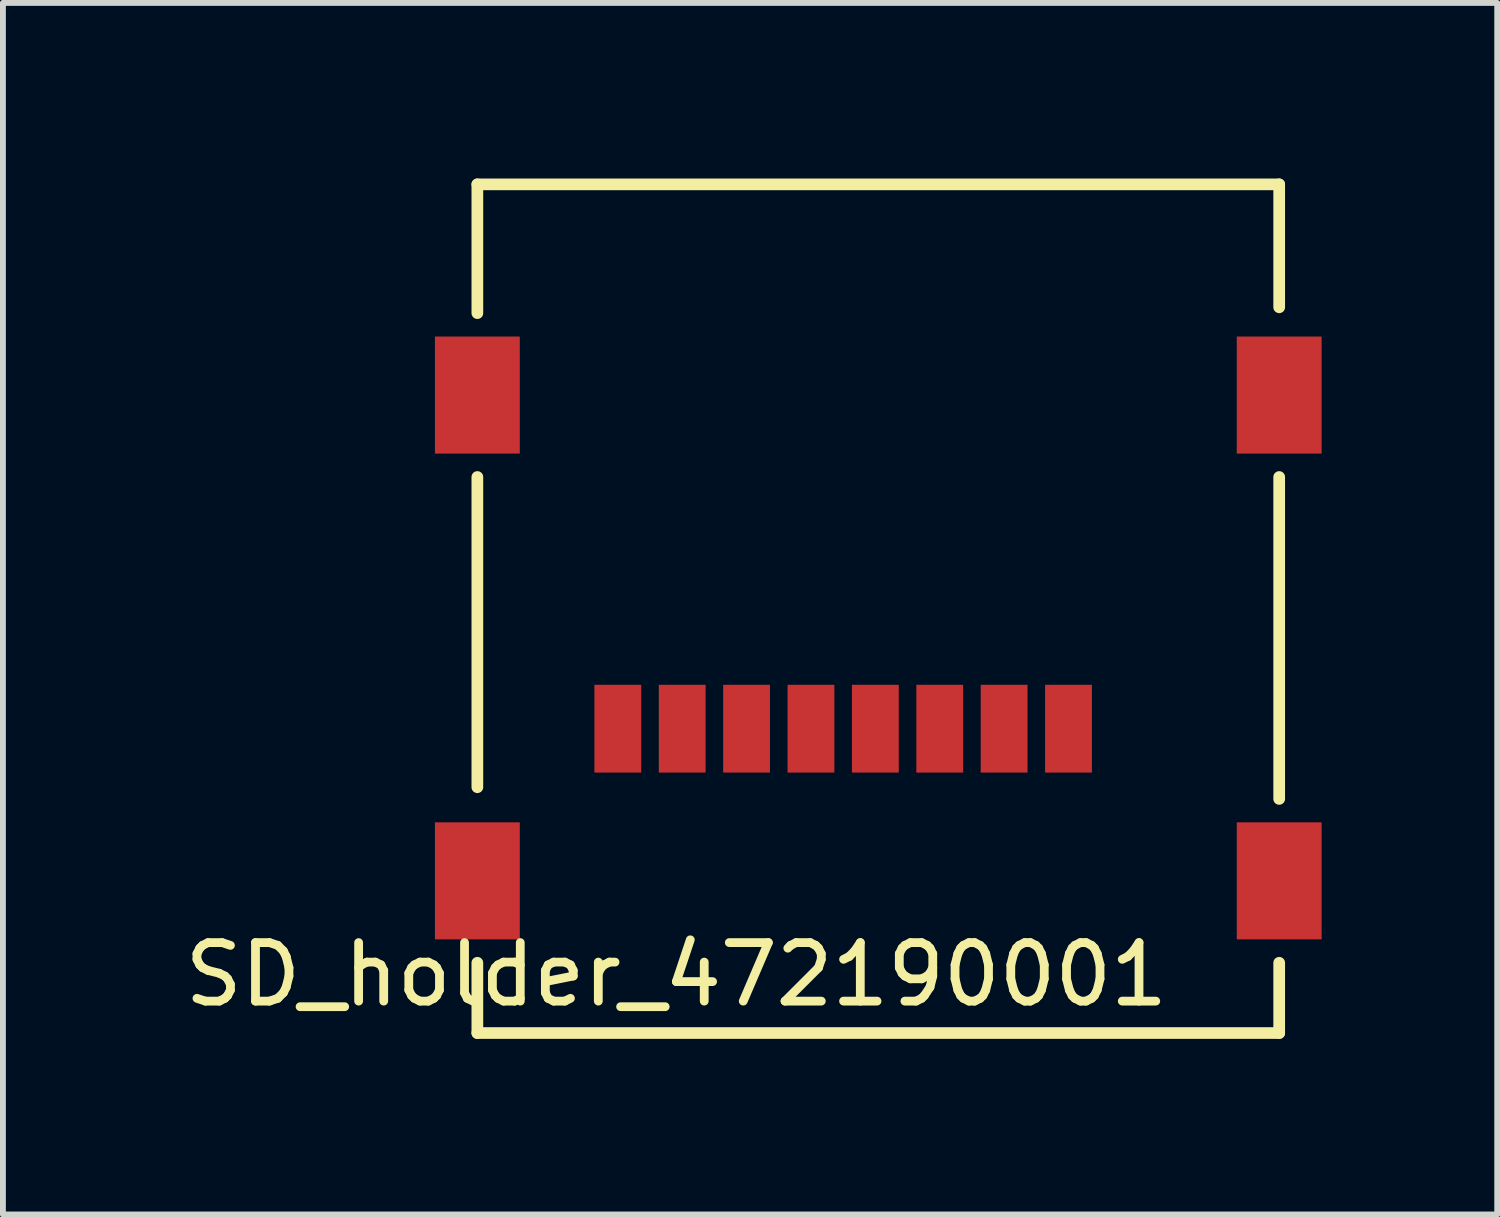
<source format=kicad_pcb>
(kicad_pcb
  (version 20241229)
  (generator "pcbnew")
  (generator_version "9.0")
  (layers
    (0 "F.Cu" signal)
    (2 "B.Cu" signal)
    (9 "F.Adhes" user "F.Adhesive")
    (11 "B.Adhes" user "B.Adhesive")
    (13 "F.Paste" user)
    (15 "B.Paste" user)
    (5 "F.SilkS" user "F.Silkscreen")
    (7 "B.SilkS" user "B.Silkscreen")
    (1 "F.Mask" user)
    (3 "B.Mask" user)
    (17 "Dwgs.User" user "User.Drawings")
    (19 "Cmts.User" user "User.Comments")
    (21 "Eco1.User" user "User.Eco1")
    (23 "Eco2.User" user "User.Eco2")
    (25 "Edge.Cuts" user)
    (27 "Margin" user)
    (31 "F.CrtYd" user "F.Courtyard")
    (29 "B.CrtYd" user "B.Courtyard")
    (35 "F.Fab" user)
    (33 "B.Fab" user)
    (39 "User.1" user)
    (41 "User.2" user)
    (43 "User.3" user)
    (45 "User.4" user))
  (footprint "SD_holder_472190001"
    (layer "F.Cu")
    (at 11.206 9.4)
    (property "Reference" "SD_holder_472190001" (at -2.7 4.2 0) (layer "F.SilkS") (effects (font (size 1 1) (thickness 0.15))))
    (attr through_hole)
    (fp_line (start -6.1 -9.3) (end 7.6 -9.3) (stroke (width 0.2) (type solid)) (layer "F.SilkS"))
    (fp_line (start -6.1 -7.1) (end -6.1 -9.3) (stroke (width 0.2) (type solid)) (layer "F.SilkS"))
    (fp_line (start -6.1 -4.3) (end -6.1 1) (stroke (width 0.2) (type solid)) (layer "F.SilkS"))
    (fp_line (start -6.1 4) (end -6.1 5.2) (stroke (width 0.2) (type solid)) (layer "F.SilkS"))
    (fp_line (start -6.1 5.2) (end 7.6 5.2) (stroke (width 0.2) (type solid)) (layer "F.SilkS"))
    (fp_line (start 7.6 -9.3) (end 7.6 -7.2) (stroke (width 0.2) (type solid)) (layer "F.SilkS"))
    (fp_line (start 7.6 1.2) (end 7.6 -4.3) (stroke (width 0.2) (type solid)) (layer "F.SilkS"))
    (fp_line (start 7.6 5.2) (end 7.6 4) (stroke (width 0.2) (type solid)) (layer "F.SilkS"))
    (pad "1" smd rect (at 4 0) (size 0.8 1.5) (layers "F.Cu" "F.Mask" "F.Paste"))
    (pad "2" smd rect (at 2.9 0) (size 0.8 1.5) (layers "F.Cu" "F.Mask" "F.Paste"))
    (pad "3" smd rect (at 1.8 0) (size 0.8 1.5) (layers "F.Cu" "F.Mask" "F.Paste"))
    (pad "4" smd rect (at 0.7 0) (size 0.8 1.5) (layers "F.Cu" "F.Mask" "F.Paste"))
    (pad "5" smd rect (at -0.4 0) (size 0.8 1.5) (layers "F.Cu" "F.Mask" "F.Paste"))
    (pad "6" smd rect (at -1.5 0) (size 0.8 1.5) (layers "F.Cu" "F.Mask" "F.Paste"))
    (pad "7" smd rect (at -2.6 0) (size 0.8 1.5) (layers "F.Cu" "F.Mask" "F.Paste"))
    (pad "8" smd rect (at -3.7 0) (size 0.8 1.5) (layers "F.Cu" "F.Mask" "F.Paste"))
    (pad "9" smd rect (at -6.1 2.6) (size 1.45 2) (layers "F.Cu" "F.Mask" "F.Paste"))
    (pad "10" smd rect (at 7.6 2.6) (size 1.45 2) (layers "F.Cu" "F.Mask" "F.Paste"))
    (pad "11" smd rect (at 7.6 -5.7) (size 1.45 2) (layers "F.Cu" "F.Mask" "F.Paste"))
    (pad "12" smd rect (at -6.1 -5.7) (size 1.45 2) (layers "F.Cu" "F.Mask" "F.Paste")))
  (gr_rect
    (start -3 -3)
    (end 22.531 17.7)
    (stroke (width 0.1) (type default))
    (fill no)
    (layer "Edge.Cuts")))
</source>
